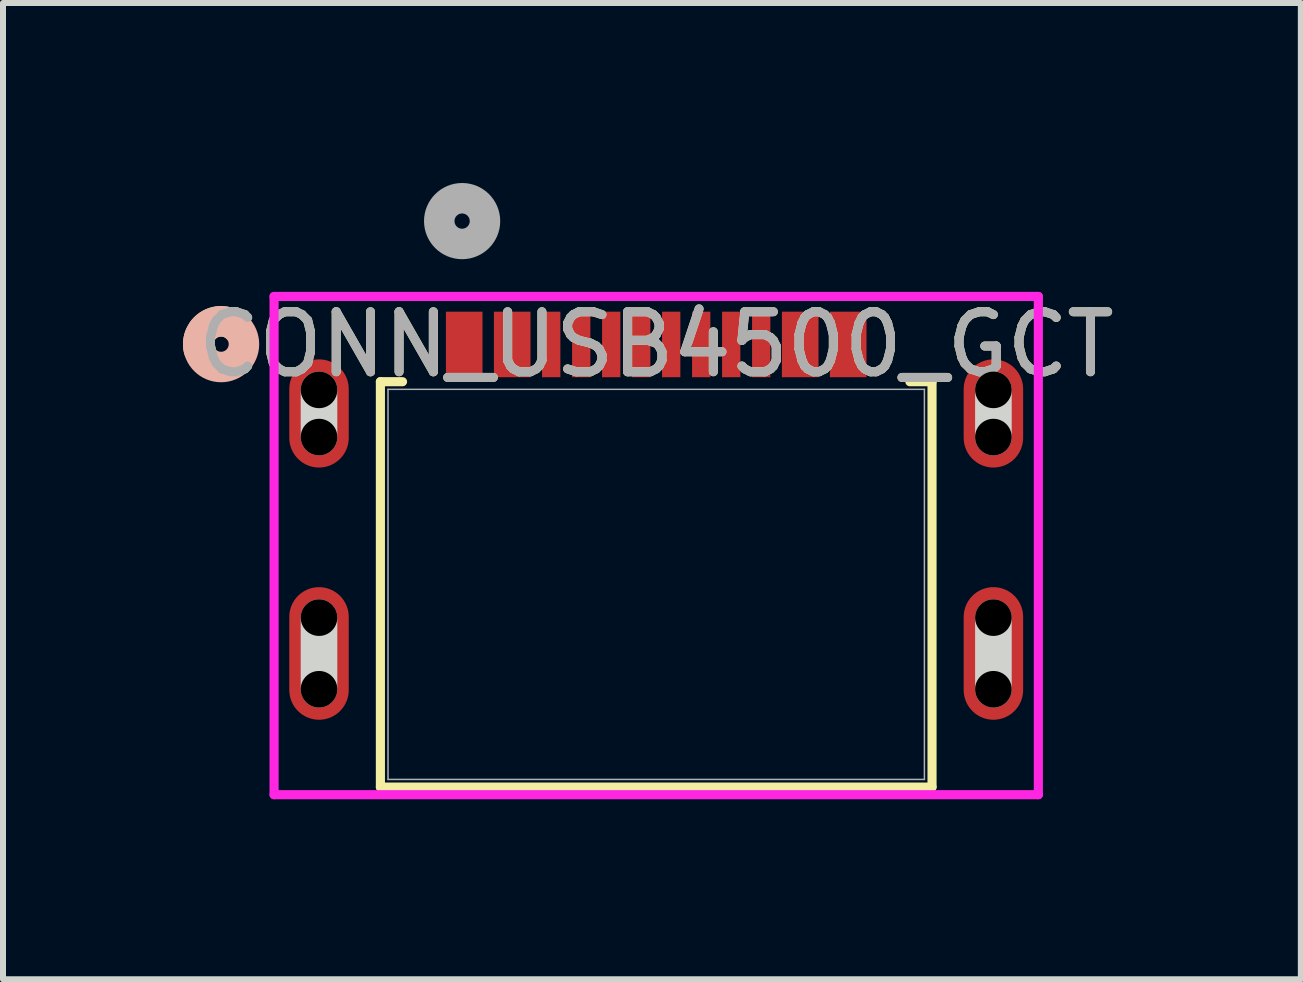
<source format=kicad_pcb>
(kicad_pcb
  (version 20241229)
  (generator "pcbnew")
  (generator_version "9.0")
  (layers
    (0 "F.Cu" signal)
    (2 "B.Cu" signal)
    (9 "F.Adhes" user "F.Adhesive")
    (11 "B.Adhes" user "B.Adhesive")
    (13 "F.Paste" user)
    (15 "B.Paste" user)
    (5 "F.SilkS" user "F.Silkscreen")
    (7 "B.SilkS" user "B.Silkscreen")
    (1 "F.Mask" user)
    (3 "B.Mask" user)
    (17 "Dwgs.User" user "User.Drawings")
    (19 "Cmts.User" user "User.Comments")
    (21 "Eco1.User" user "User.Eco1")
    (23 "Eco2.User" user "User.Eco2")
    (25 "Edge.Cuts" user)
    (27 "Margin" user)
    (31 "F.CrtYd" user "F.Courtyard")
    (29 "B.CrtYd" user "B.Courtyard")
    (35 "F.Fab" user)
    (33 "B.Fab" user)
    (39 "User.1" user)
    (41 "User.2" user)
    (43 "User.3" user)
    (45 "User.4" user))
  (footprint "CONN_USB4500_GCT"
    (layer "F.Cu")
    (at 7.887 6.69)
    (property "Reference" "CONN_USB4500_GCT" (at 0 -3.999 0) (unlocked yes) (layer "F.SilkS") (effects (font (size 1 1) (thickness 0.15))))
    (attr smd)
    (fp_poly (pts (xy -3.505 -4.545) (xy -3.505 -3.453) (xy -2.895 -3.453) (xy -2.895 -4.545)) (stroke (width 0) (type solid)) (fill yes) (layer "F.Cu"))
    (fp_poly (pts (xy -2.705 -4.545) (xy -2.705 -3.453) (xy -2.095 -3.453) (xy -2.095 -4.545)) (stroke (width 0) (type solid)) (fill yes) (layer "F.Cu"))
    (fp_poly (pts (xy 2.095 -4.545) (xy 2.095 -3.453) (xy 2.705 -3.453) (xy 2.705 -4.545)) (stroke (width 0) (type solid)) (fill yes) (layer "F.Cu"))
    (fp_poly (pts (xy 2.895 -4.545) (xy 2.895 -3.453) (xy 3.505 -3.453) (xy 3.505 -4.545)) (stroke (width 0) (type solid)) (fill yes) (layer "F.Cu"))
    (fp_poly (pts (xy -3.505 -4.545) (xy -3.505 -3.453) (xy -2.895 -3.453) (xy -2.895 -4.545)) (stroke (width 0) (type solid)) (fill yes) (layer "F.Mask"))
    (fp_poly (pts (xy -2.705 -4.545) (xy -2.705 -3.453) (xy -2.095 -3.453) (xy -2.095 -4.545)) (stroke (width 0) (type solid)) (fill yes) (layer "F.Mask"))
    (fp_poly (pts (xy 2.095 -4.545) (xy 2.095 -3.453) (xy 2.705 -3.453) (xy 2.705 -4.545)) (stroke (width 0) (type solid)) (fill yes) (layer "F.Mask"))
    (fp_poly (pts (xy 2.895 -4.545) (xy 2.895 -3.453) (xy 3.505 -3.453) (xy 3.505 -4.545)) (stroke (width 0) (type solid)) (fill yes) (layer "F.Mask"))
    (fp_line (start -4.597 -3.378) (end -4.597 3.378) (stroke (width 0.152) (type solid)) (layer "F.SilkS"))
    (fp_line (start -4.597 3.378) (end 4.597 3.378) (stroke (width 0.152) (type solid)) (layer "F.SilkS"))
    (fp_line (start -4.228 -3.378) (end -4.597 -3.378) (stroke (width 0.152) (type solid)) (layer "F.SilkS"))
    (fp_line (start 4.597 -3.378) (end 4.228 -3.378) (stroke (width 0.152) (type solid)) (layer "F.SilkS"))
    (fp_line (start 4.597 3.378) (end 4.597 -3.378) (stroke (width 0.152) (type solid)) (layer "F.SilkS"))
    (fp_arc (start -7.623584 -3.91998) (mid -7.428038 -4.341706) (end -6.970332 -4.260488) (stroke (width 0.508) (type solid)) (layer "F.SilkS"))
    (fp_circle (center -7.252 -4.004) (end -6.871 -4.004) (stroke (width 0.508) (type solid)) (fill no) (layer "B.SilkS"))
    (fp_poly (pts (xy -3.505 -4.545) (xy -3.505 -3.453) (xy -2.895 -3.453) (xy -2.895 -4.545)) (stroke (width 0) (type solid)) (fill yes) (layer "F.Paste"))
    (fp_line (start -5.62 1.748) (end -5.62 0.554) (stroke (width 0.61) (type solid)) (layer "Edge.Cuts"))
    (fp_line (start -5.62 -2.455) (end -5.62 -3.242) (stroke (width 0.61) (type solid)) (layer "Edge.Cuts"))
    (fp_line (start 5.62 -2.455) (end 5.62 -3.242) (stroke (width 0.61) (type solid)) (layer "Edge.Cuts"))
    (fp_line (start 5.62 1.748) (end 5.62 0.554) (stroke (width 0.61) (type solid)) (layer "Edge.Cuts"))
    (fp_line (start -6.369 -4.799) (end -6.369 3.505) (stroke (width 0.152) (type solid)) (layer "F.CrtYd"))
    (fp_line (start -6.369 3.505) (end 6.369 3.505) (stroke (width 0.152) (type solid)) (layer "F.CrtYd"))
    (fp_line (start 6.369 -4.799) (end -6.369 -4.799) (stroke (width 0.152) (type solid)) (layer "F.CrtYd"))
    (fp_line (start 6.369 3.505) (end 6.369 -4.799) (stroke (width 0.152) (type solid)) (layer "F.CrtYd"))
    (fp_line (start -4.47 -3.251) (end -4.47 3.251) (stroke (width 0.025) (type solid)) (layer "F.Fab"))
    (fp_line (start -4.47 3.251) (end 4.47 3.251) (stroke (width 0.025) (type solid)) (layer "F.Fab"))
    (fp_line (start 4.47 -3.251) (end -4.47 -3.251) (stroke (width 0.025) (type solid)) (layer "F.Fab"))
    (fp_line (start 4.47 3.251) (end 4.47 -3.251) (stroke (width 0.025) (type solid)) (layer "F.Fab"))
    (fp_circle (center -3.235 -6.055) (end -2.854 -6.055) (stroke (width 0.508) (type solid)) (fill no) (layer "F.Fab"))
    (fp_text user "${REFERENCE}" (at 0 -3.999 0) (unlocked yes) (layer "F.Fab") (effects (font (size 1 1) (thickness 0.15))))
    (pad "" np_thru_hole circle (at -5.62 0.554) (size 0.61 0.61) (drill 0.61) (layers))
    (pad "" np_thru_hole circle (at -5.62 1.748) (size 0.61 0.61) (drill 0.61) (layers))
    (pad "" np_thru_hole circle (at -5.62 -3.242) (size 0.61 0.61) (drill 0.61) (layers))
    (pad "" np_thru_hole circle (at -5.62 -2.455) (size 0.61 0.61) (drill 0.61) (layers))
    (pad "" np_thru_hole circle (at 5.62 -3.242) (size 0.61 0.61) (drill 0.61) (layers))
    (pad "" np_thru_hole circle (at 5.62 -2.455) (size 0.61 0.61) (drill 0.61) (layers))
    (pad "" np_thru_hole circle (at 5.62 0.554) (size 0.61 0.61) (drill 0.61) (layers))
    (pad "" np_thru_hole circle (at 5.62 1.748) (size 0.61 0.61) (drill 0.61) (layers))
    (pad "17" smd oval (at -5.62 -2.849) (size 0.991 1.803) (layers "F.Cu" "F.Mask" "F.Paste"))
    (pad "18" smd oval (at 5.62 -2.849) (size 0.991 1.803) (layers "F.Cu" "F.Mask" "F.Paste"))
    (pad "19" smd oval (at -5.62 1.151) (size 0.991 2.21) (layers "F.Cu" "F.Mask" "F.Paste"))
    (pad "20" smd oval (at 5.62 1.151) (size 0.991 2.21) (layers "F.Cu" "F.Mask" "F.Paste"))
    (pad "A1" smd rect (at -3.352 -3.999) (size 0.127 0.127) (layers "F.Cu" "F.Mask" "F.Paste"))
    (pad "A4" smd rect (at -2.552 -3.999) (size 0.127 0.127) (layers "F.Cu" "F.Mask" "F.Paste"))
    (pad "A5" smd rect (at -1.25 -3.999) (size 0.305 1.092) (layers "F.Cu" "F.Mask" "F.Paste"))
    (pad "A6" smd rect (at -0.25 -3.999) (size 0.305 1.092) (layers "F.Cu" "F.Mask" "F.Paste"))
    (pad "A7" smd rect (at 0.25 -3.999) (size 0.305 1.092) (layers "F.Cu" "F.Mask" "F.Paste"))
    (pad "A8" smd rect (at 1.25 -3.999) (size 0.305 1.092) (layers "F.Cu" "F.Mask" "F.Paste"))
    (pad "A9" smd rect (at 2.552 -3.999) (size 0.127 0.127) (layers "F.Cu" "F.Mask" "F.Paste"))
    (pad "A12" smd rect (at 3.352 -3.999) (size 0.127 0.127) (layers "F.Cu" "F.Mask" "F.Paste"))
    (pad "B1" smd rect (at 3.048 -3.999) (size 0.127 0.127) (layers "F.Cu" "F.Mask" "F.Paste"))
    (pad "B4" smd rect (at 2.248 -3.999) (size 0.127 0.127) (layers "F.Cu" "F.Mask" "F.Paste"))
    (pad "B5" smd rect (at 1.75 -3.999) (size 0.305 1.092) (layers "F.Cu" "F.Mask" "F.Paste"))
    (pad "B6" smd rect (at 0.75 -3.999) (size 0.305 1.092) (layers "F.Cu" "F.Mask" "F.Paste"))
    (pad "B7" smd rect (at -0.75 -3.999) (size 0.305 1.092) (layers "F.Cu" "F.Mask" "F.Paste"))
    (pad "B8" smd rect (at -1.75 -3.999) (size 0.305 1.092) (layers "F.Cu" "F.Mask" "F.Paste"))
    (pad "B9" smd rect (at -2.248 -3.999) (size 0.127 0.127) (layers "F.Cu" "F.Mask" "F.Paste"))
    (pad "B12" smd rect (at -3.048 -3.999) (size 0.127 0.127) (layers "F.Cu" "F.Mask" "F.Paste")))
  (gr_rect
    (start -3 -3)
    (end 18.631 13.271)
    (stroke (width 0.1) (type default))
    (fill no)
    (layer "Edge.Cuts")))
</source>
